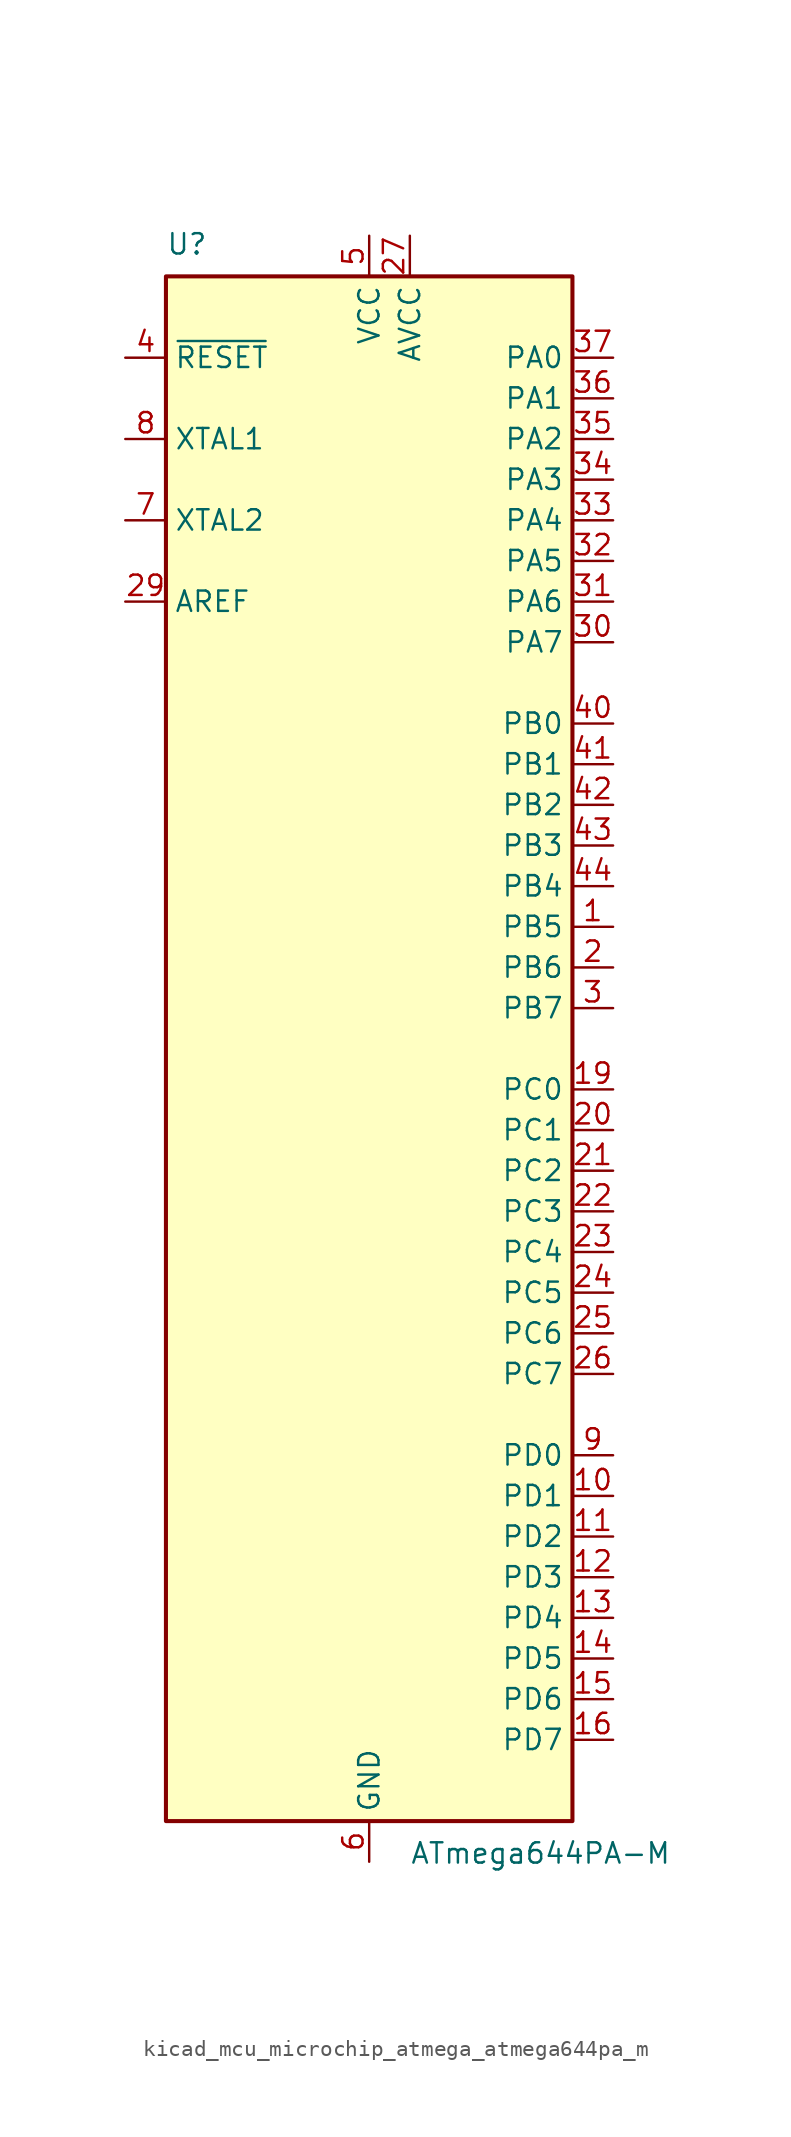
<source format=kicad_sym>
(kicad_symbol_lib
  (version 20220914)
  (generator kicad_symbol_editor)
  (symbol "kicad_mcu_microchip_atmega_atmega644pa_m"
    (property "Reference" "U"
      (at -12.7 49.53 0)
      (effects (font (size 1.27 1.27)) (justify left bottom)))
    (property "Value" "ATmega644PA-M"
      (at 2.54 -49.53 0)
      (effects (font (size 1.27 1.27)) (justify left top)))
    (symbol "kicad_mcu_microchip_atmega_atmega644pa_m_0_1"
      (rectangle (start -12.7 -48.26) (end 12.7 48.26) (stroke (width 0.254) (type default)) (fill (type background))))
    (symbol "kicad_mcu_microchip_atmega_atmega644pa_m_1_1"
      (pin bidirectional line (at 15.24 7.62 180) (length 2.54) (name "PB5" (effects (font (size 1.27 1.27)))) (number "1" (effects (font (size 1.27 1.27)))))
      (pin bidirectional line (at 15.24 -27.94 180) (length 2.54) (name "PD1" (effects (font (size 1.27 1.27)))) (number "10" (effects (font (size 1.27 1.27)))))
      (pin bidirectional line (at 15.24 -30.48 180) (length 2.54) (name "PD2" (effects (font (size 1.27 1.27)))) (number "11" (effects (font (size 1.27 1.27)))))
      (pin bidirectional line (at 15.24 -33.02 180) (length 2.54) (name "PD3" (effects (font (size 1.27 1.27)))) (number "12" (effects (font (size 1.27 1.27)))))
      (pin bidirectional line (at 15.24 -35.56 180) (length 2.54) (name "PD4" (effects (font (size 1.27 1.27)))) (number "13" (effects (font (size 1.27 1.27)))))
      (pin bidirectional line (at 15.24 -38.1 180) (length 2.54) (name "PD5" (effects (font (size 1.27 1.27)))) (number "14" (effects (font (size 1.27 1.27)))))
      (pin bidirectional line (at 15.24 -40.64 180) (length 2.54) (name "PD6" (effects (font (size 1.27 1.27)))) (number "15" (effects (font (size 1.27 1.27)))))
      (pin bidirectional line (at 15.24 -43.18 180) (length 2.54) (name "PD7" (effects (font (size 1.27 1.27)))) (number "16" (effects (font (size 1.27 1.27)))))
      (pin passive line (at 0 50.8 270) (length 2.54) hide (name "VCC" (effects (font (size 1.27 1.27)))) (number "17" (effects (font (size 1.27 1.27)))))
      (pin passive line (at 0 -50.8 90) (length 2.54) hide (name "GND" (effects (font (size 1.27 1.27)))) (number "18" (effects (font (size 1.27 1.27)))))
      (pin bidirectional line (at 15.24 -2.54 180) (length 2.54) (name "PC0" (effects (font (size 1.27 1.27)))) (number "19" (effects (font (size 1.27 1.27)))))
      (pin bidirectional line (at 15.24 5.08 180) (length 2.54) (name "PB6" (effects (font (size 1.27 1.27)))) (number "2" (effects (font (size 1.27 1.27)))))
      (pin bidirectional line (at 15.24 -5.08 180) (length 2.54) (name "PC1" (effects (font (size 1.27 1.27)))) (number "20" (effects (font (size 1.27 1.27)))))
      (pin bidirectional line (at 15.24 -7.62 180) (length 2.54) (name "PC2" (effects (font (size 1.27 1.27)))) (number "21" (effects (font (size 1.27 1.27)))))
      (pin bidirectional line (at 15.24 -10.16 180) (length 2.54) (name "PC3" (effects (font (size 1.27 1.27)))) (number "22" (effects (font (size 1.27 1.27)))))
      (pin bidirectional line (at 15.24 -12.7 180) (length 2.54) (name "PC4" (effects (font (size 1.27 1.27)))) (number "23" (effects (font (size 1.27 1.27)))))
      (pin bidirectional line (at 15.24 -15.24 180) (length 2.54) (name "PC5" (effects (font (size 1.27 1.27)))) (number "24" (effects (font (size 1.27 1.27)))))
      (pin bidirectional line (at 15.24 -17.78 180) (length 2.54) (name "PC6" (effects (font (size 1.27 1.27)))) (number "25" (effects (font (size 1.27 1.27)))))
      (pin bidirectional line (at 15.24 -20.32 180) (length 2.54) (name "PC7" (effects (font (size 1.27 1.27)))) (number "26" (effects (font (size 1.27 1.27)))))
      (pin power_in line (at 2.54 50.8 270) (length 2.54) (name "AVCC" (effects (font (size 1.27 1.27)))) (number "27" (effects (font (size 1.27 1.27)))))
      (pin passive line (at 0 -50.8 90) (length 2.54) hide (name "GND" (effects (font (size 1.27 1.27)))) (number "28" (effects (font (size 1.27 1.27)))))
      (pin passive line (at -15.24 27.94 0) (length 2.54) (name "AREF" (effects (font (size 1.27 1.27)))) (number "29" (effects (font (size 1.27 1.27)))))
      (pin bidirectional line (at 15.24 2.54 180) (length 2.54) (name "PB7" (effects (font (size 1.27 1.27)))) (number "3" (effects (font (size 1.27 1.27)))))
      (pin bidirectional line (at 15.24 25.4 180) (length 2.54) (name "PA7" (effects (font (size 1.27 1.27)))) (number "30" (effects (font (size 1.27 1.27)))))
      (pin bidirectional line (at 15.24 27.94 180) (length 2.54) (name "PA6" (effects (font (size 1.27 1.27)))) (number "31" (effects (font (size 1.27 1.27)))))
      (pin bidirectional line (at 15.24 30.48 180) (length 2.54) (name "PA5" (effects (font (size 1.27 1.27)))) (number "32" (effects (font (size 1.27 1.27)))))
      (pin bidirectional line (at 15.24 33.02 180) (length 2.54) (name "PA4" (effects (font (size 1.27 1.27)))) (number "33" (effects (font (size 1.27 1.27)))))
      (pin bidirectional line (at 15.24 35.56 180) (length 2.54) (name "PA3" (effects (font (size 1.27 1.27)))) (number "34" (effects (font (size 1.27 1.27)))))
      (pin bidirectional line (at 15.24 38.1 180) (length 2.54) (name "PA2" (effects (font (size 1.27 1.27)))) (number "35" (effects (font (size 1.27 1.27)))))
      (pin bidirectional line (at 15.24 40.64 180) (length 2.54) (name "PA1" (effects (font (size 1.27 1.27)))) (number "36" (effects (font (size 1.27 1.27)))))
      (pin bidirectional line (at 15.24 43.18 180) (length 2.54) (name "PA0" (effects (font (size 1.27 1.27)))) (number "37" (effects (font (size 1.27 1.27)))))
      (pin passive line (at 0 50.8 270) (length 2.54) hide (name "VCC" (effects (font (size 1.27 1.27)))) (number "38" (effects (font (size 1.27 1.27)))))
      (pin passive line (at 0 -50.8 90) (length 2.54) hide (name "GND" (effects (font (size 1.27 1.27)))) (number "39" (effects (font (size 1.27 1.27)))))
      (pin input line (at -15.24 43.18 0) (length 2.54) (name "~{RESET}" (effects (font (size 1.27 1.27)))) (number "4" (effects (font (size 1.27 1.27)))))
      (pin bidirectional line (at 15.24 20.32 180) (length 2.54) (name "PB0" (effects (font (size 1.27 1.27)))) (number "40" (effects (font (size 1.27 1.27)))))
      (pin bidirectional line (at 15.24 17.78 180) (length 2.54) (name "PB1" (effects (font (size 1.27 1.27)))) (number "41" (effects (font (size 1.27 1.27)))))
      (pin bidirectional line (at 15.24 15.24 180) (length 2.54) (name "PB2" (effects (font (size 1.27 1.27)))) (number "42" (effects (font (size 1.27 1.27)))))
      (pin bidirectional line (at 15.24 12.7 180) (length 2.54) (name "PB3" (effects (font (size 1.27 1.27)))) (number "43" (effects (font (size 1.27 1.27)))))
      (pin bidirectional line (at 15.24 10.16 180) (length 2.54) (name "PB4" (effects (font (size 1.27 1.27)))) (number "44" (effects (font (size 1.27 1.27)))))
      (pin passive line (at 0 -50.8 90) (length 2.54) hide (name "GND" (effects (font (size 1.27 1.27)))) (number "45" (effects (font (size 1.27 1.27)))))
      (pin power_in line (at 0 50.8 270) (length 2.54) (name "VCC" (effects (font (size 1.27 1.27)))) (number "5" (effects (font (size 1.27 1.27)))))
      (pin power_in line (at 0 -50.8 90) (length 2.54) (name "GND" (effects (font (size 1.27 1.27)))) (number "6" (effects (font (size 1.27 1.27)))))
      (pin output line (at -15.24 33.02 0) (length 2.54) (name "XTAL2" (effects (font (size 1.27 1.27)))) (number "7" (effects (font (size 1.27 1.27)))))
      (pin input line (at -15.24 38.1 0) (length 2.54) (name "XTAL1" (effects (font (size 1.27 1.27)))) (number "8" (effects (font (size 1.27 1.27)))))
      (pin bidirectional line (at 15.24 -25.4 180) (length 2.54) (name "PD0" (effects (font (size 1.27 1.27)))) (number "9" (effects (font (size 1.27 1.27))))))))
</source>
